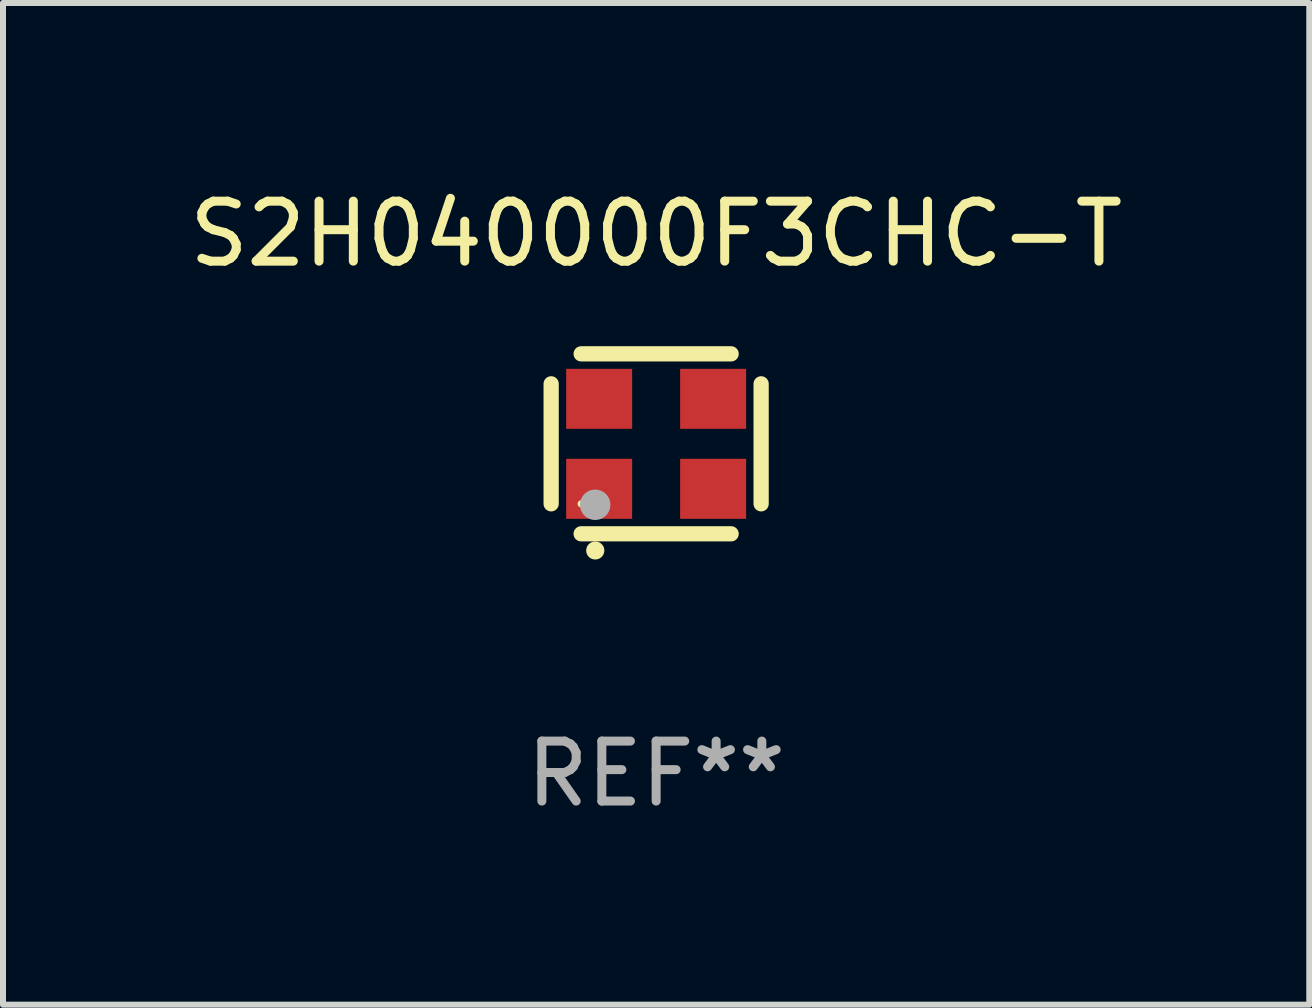
<source format=kicad_pcb>
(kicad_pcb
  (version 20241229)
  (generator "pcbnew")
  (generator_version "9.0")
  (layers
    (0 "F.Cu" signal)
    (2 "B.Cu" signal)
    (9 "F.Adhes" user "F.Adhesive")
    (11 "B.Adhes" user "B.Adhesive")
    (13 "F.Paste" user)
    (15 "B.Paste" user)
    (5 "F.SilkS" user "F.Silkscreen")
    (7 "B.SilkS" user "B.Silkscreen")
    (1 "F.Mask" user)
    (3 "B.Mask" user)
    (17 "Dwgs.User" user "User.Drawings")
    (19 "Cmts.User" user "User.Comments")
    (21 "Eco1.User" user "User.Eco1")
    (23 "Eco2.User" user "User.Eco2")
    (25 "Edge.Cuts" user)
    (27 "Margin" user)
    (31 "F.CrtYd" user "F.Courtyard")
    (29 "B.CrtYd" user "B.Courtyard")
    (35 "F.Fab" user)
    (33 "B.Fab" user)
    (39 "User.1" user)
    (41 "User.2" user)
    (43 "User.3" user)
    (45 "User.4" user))
  (footprint "S2H040000F3CHC-T"
    (layer "F.Cu")
    (at 7.887 4.348)
    (property "Reference" "S2H040000F3CHC-T" (at 0 -3.5 0) (layer "F.SilkS") (effects (font (size 1 1) (thickness 0.15))))
    (attr through_hole)
    (fp_line (start -1.75 -1) (end -1.75 1) (stroke (width 0.254) (type solid)) (layer "F.SilkS"))
    (fp_line (start -1.25 -1.5) (end 1.25 -1.5) (stroke (width 0.254) (type solid)) (layer "F.SilkS"))
    (fp_line (start -1.25 1.5) (end 1.25 1.5) (stroke (width 0.254) (type solid)) (layer "F.SilkS"))
    (fp_line (start 1.75 -1) (end 1.75 1) (stroke (width 0.254) (type solid)) (layer "F.SilkS"))
    (fp_arc (start -1.016002 1.778004) (mid -1.014732 1.777999) (end -1.013462 1.778004) (stroke (width 0.3) (type solid)) (layer "F.SilkS"))
    (fp_circle (center -1.25 1) (end -1.22 1) (stroke (width 0.06) (type solid)) (fill no) (layer "F.SilkS"))
    (fp_circle (center -1.016 1.016) (end -0.889 1.016) (stroke (width 0.254) (type solid)) (fill no) (layer "F.Fab"))
    (fp_text user "REF**" (at 0 5.5 0) (layer "F.Fab") (effects (font (size 1 1) (thickness 0.15))))
    (pad "1" smd rect (at -0.95 0.75) (size 1.1 1) (layers "F.Cu" "F.Mask" "F.Paste"))
    (pad "2" smd rect (at 0.95 0.75) (size 1.1 1) (layers "F.Cu" "F.Mask" "F.Paste"))
    (pad "3" smd rect (at 0.95 -0.75) (size 1.1 1) (layers "F.Cu" "F.Mask" "F.Paste"))
    (pad "4" smd rect (at -0.95 -0.75) (size 1.1 1) (layers "F.Cu" "F.Mask" "F.Paste")))
  (gr_rect
    (start -3 -3)
    (end 18.774 13.697)
    (stroke (width 0.1) (type default))
    (fill no)
    (layer "Edge.Cuts")))
</source>
